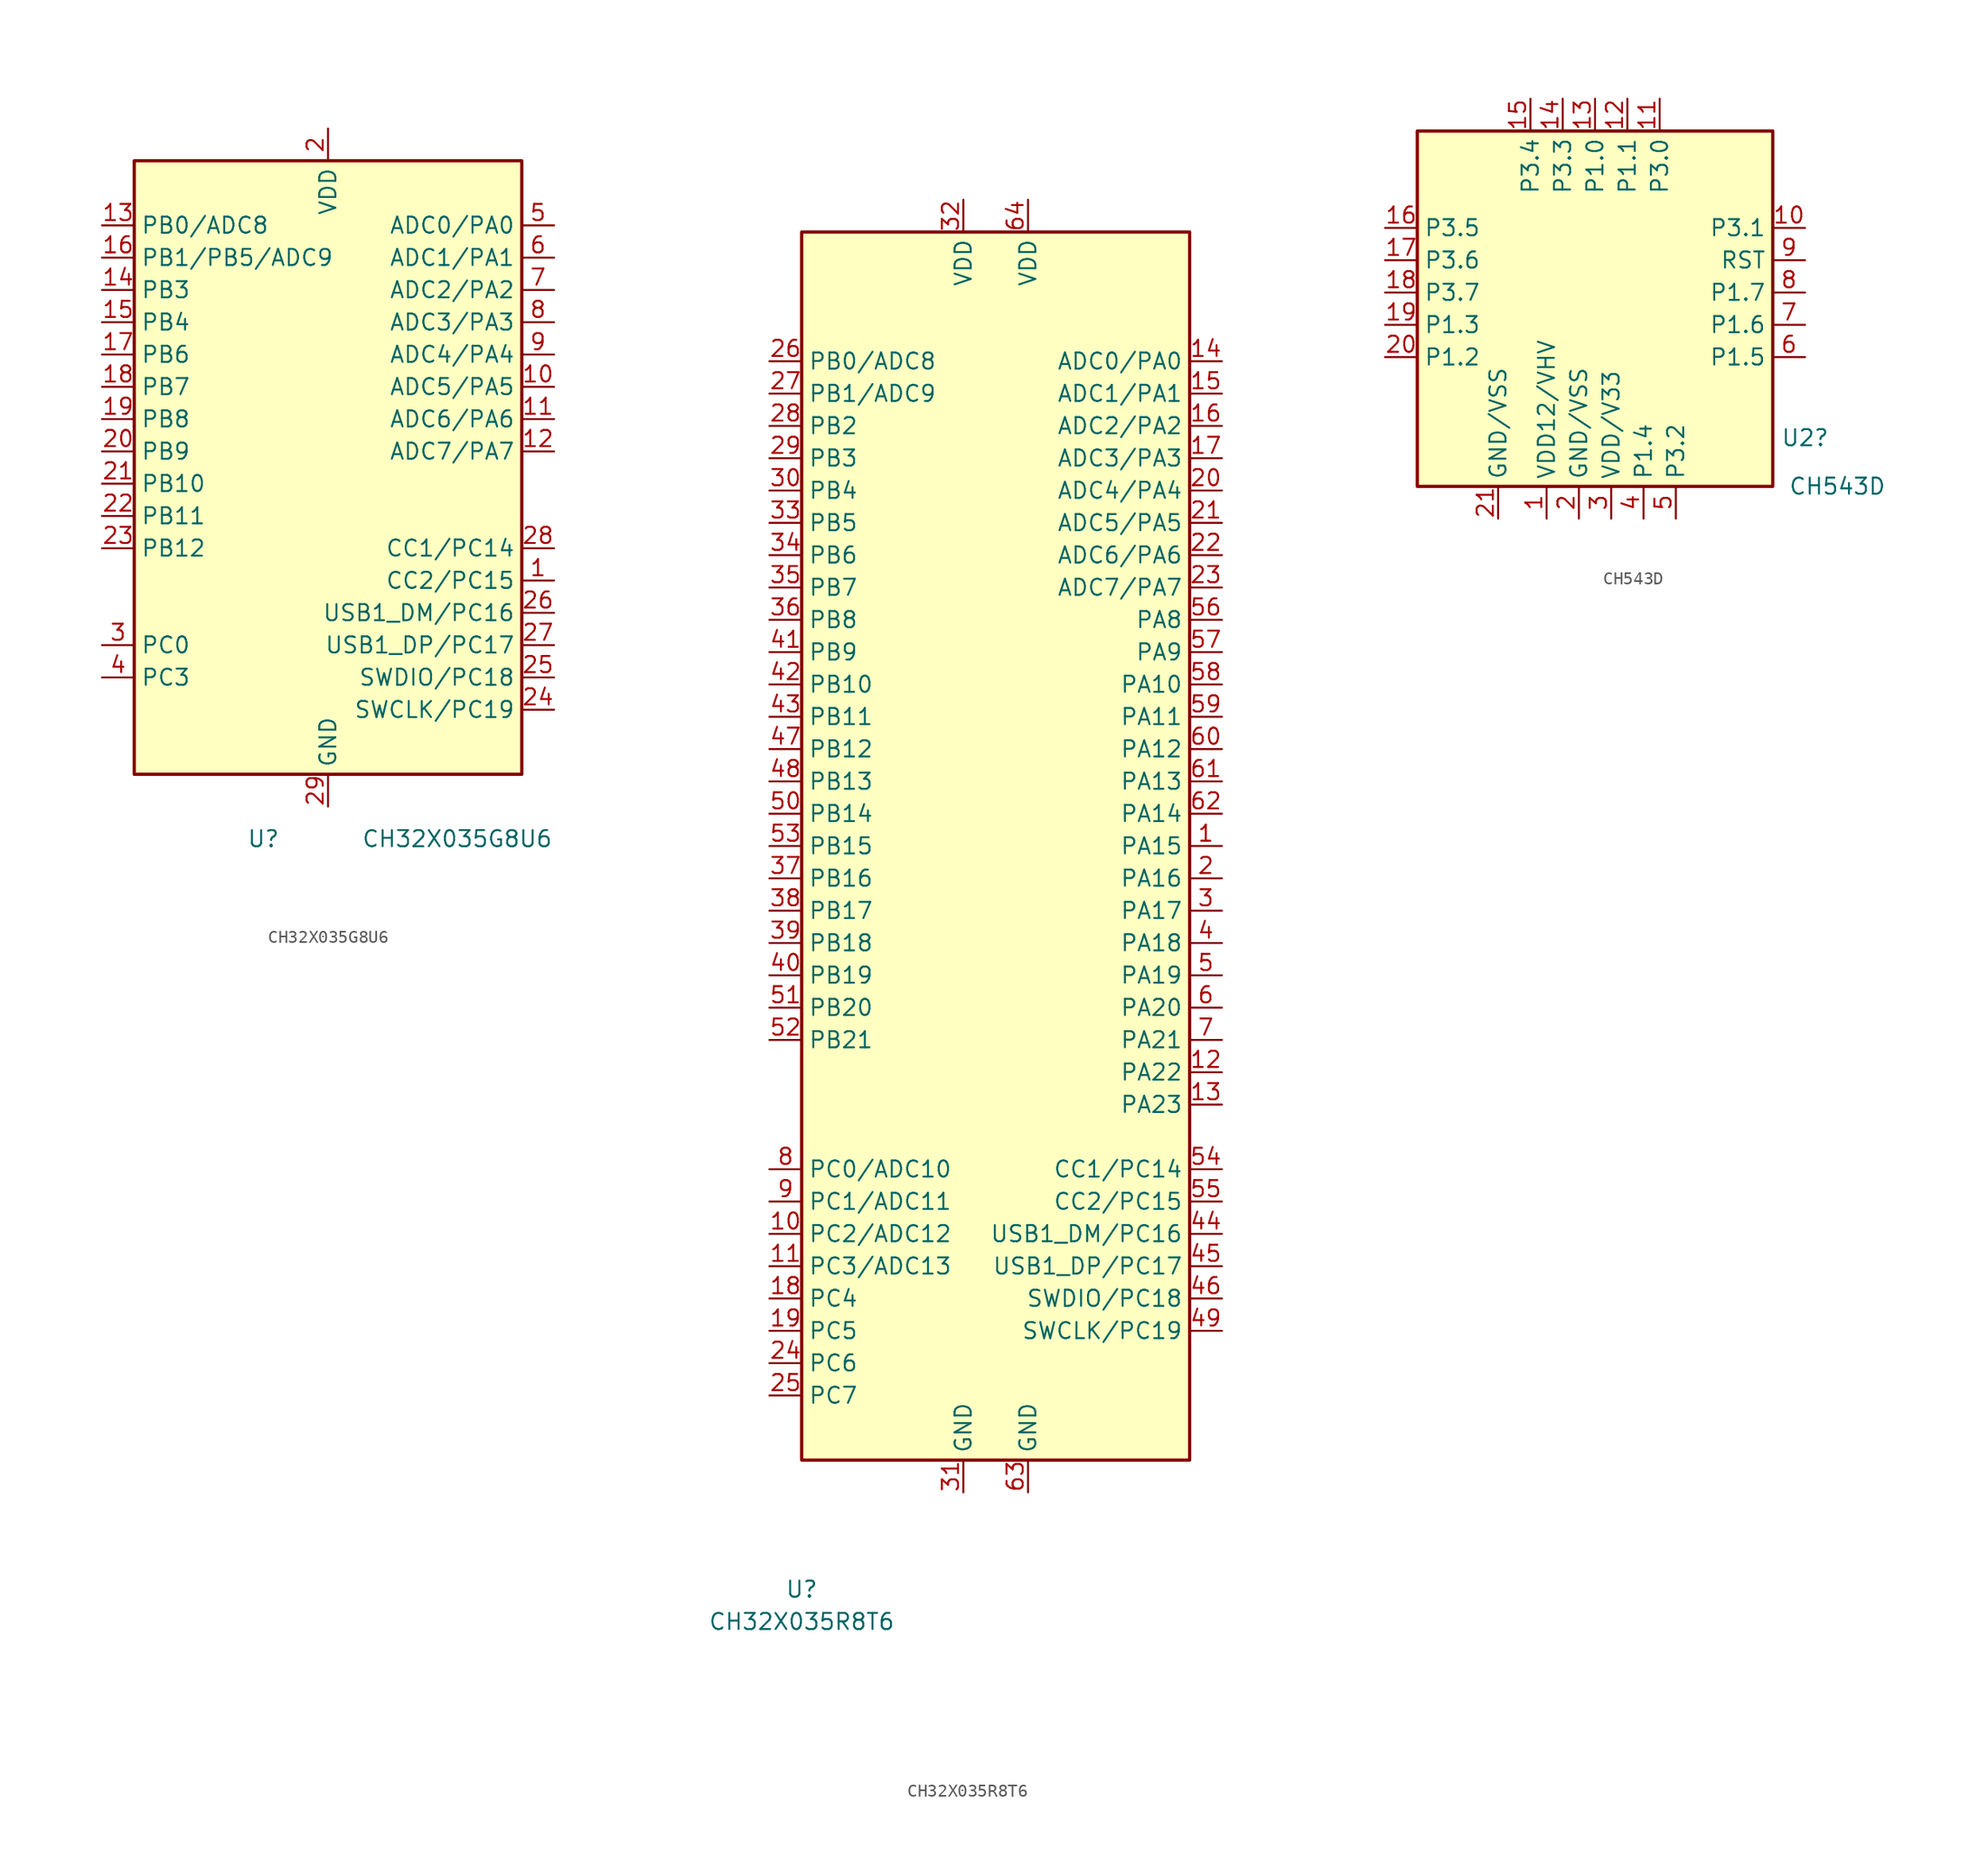
<source format=kicad_sym>
(kicad_symbol_lib
  (version 20220914)
  (generator kicad_symbol_editor)
  (symbol "CH32X035G8U6"
    (property "Reference" "U"
      (at -5.08 -30.48 0)
      (effects (font (size 1.27 1.27))))
    (property "Value" "CH32X035G8U6"
      (at 10.16 -30.48 0)
      (effects (font (size 1.27 1.27))))
    (symbol "CH32X035G8U6_0_1"
      (rectangle (start -15.24 22.86) (end 15.24 -25.4) (stroke (width 0.254) (type default)) (fill (type background))))
    (symbol "CH32X035G8U6_1_1"
      (pin bidirectional line (at 17.78 -10.16 180) (length 2.54) (name "CC2/PC15" (effects (font (size 1.27 1.27)))) (number "1" (effects (font (size 1.27 1.27)))))
      (pin bidirectional line (at 17.78 5.08 180) (length 2.54) (name "ADC5/PA5" (effects (font (size 1.27 1.27)))) (number "10" (effects (font (size 1.27 1.27)))))
      (pin bidirectional line (at 17.78 2.54 180) (length 2.54) (name "ADC6/PA6" (effects (font (size 1.27 1.27)))) (number "11" (effects (font (size 1.27 1.27)))))
      (pin bidirectional line (at 17.78 0 180) (length 2.54) (name "ADC7/PA7" (effects (font (size 1.27 1.27)))) (number "12" (effects (font (size 1.27 1.27)))))
      (pin bidirectional line (at -17.78 17.78 0) (length 2.54) (name "PB0/ADC8" (effects (font (size 1.27 1.27)))) (number "13" (effects (font (size 1.27 1.27)))))
      (pin bidirectional line (at -17.78 12.7 0) (length 2.54) (name "PB3" (effects (font (size 1.27 1.27)))) (number "14" (effects (font (size 1.27 1.27)))))
      (pin bidirectional line (at -17.78 10.16 0) (length 2.54) (name "PB4" (effects (font (size 1.27 1.27)))) (number "15" (effects (font (size 1.27 1.27)))))
      (pin bidirectional line (at -17.78 15.24 0) (length 2.54) (name "PB1/PB5/ADC9" (effects (font (size 1.27 1.27)))) (number "16" (effects (font (size 1.27 1.27)))))
      (pin bidirectional line (at -17.78 7.62 0) (length 2.54) (name "PB6" (effects (font (size 1.27 1.27)))) (number "17" (effects (font (size 1.27 1.27)))))
      (pin bidirectional line (at -17.78 5.08 0) (length 2.54) (name "PB7" (effects (font (size 1.27 1.27)))) (number "18" (effects (font (size 1.27 1.27)))))
      (pin bidirectional line (at -17.78 2.54 0) (length 2.54) (name "PB8" (effects (font (size 1.27 1.27)))) (number "19" (effects (font (size 1.27 1.27)))))
      (pin power_in line (at 0 25.4 270) (length 2.54) (name "VDD" (effects (font (size 1.27 1.27)))) (number "2" (effects (font (size 1.27 1.27)))))
      (pin bidirectional line (at -17.78 0 0) (length 2.54) (name "PB9" (effects (font (size 1.27 1.27)))) (number "20" (effects (font (size 1.27 1.27)))))
      (pin bidirectional line (at -17.78 -2.54 0) (length 2.54) (name "PB10" (effects (font (size 1.27 1.27)))) (number "21" (effects (font (size 1.27 1.27)))))
      (pin bidirectional line (at -17.78 -5.08 0) (length 2.54) (name "PB11" (effects (font (size 1.27 1.27)))) (number "22" (effects (font (size 1.27 1.27)))))
      (pin bidirectional line (at -17.78 -7.62 0) (length 2.54) (name "PB12" (effects (font (size 1.27 1.27)))) (number "23" (effects (font (size 1.27 1.27)))))
      (pin bidirectional line (at 17.78 -20.32 180) (length 2.54) (name "SWCLK/PC19" (effects (font (size 1.27 1.27)))) (number "24" (effects (font (size 1.27 1.27)))))
      (pin bidirectional line (at 17.78 -17.78 180) (length 2.54) (name "SWDIO/PC18" (effects (font (size 1.27 1.27)))) (number "25" (effects (font (size 1.27 1.27)))))
      (pin bidirectional line (at 17.78 -12.7 180) (length 2.54) (name "USB1_DM/PC16" (effects (font (size 1.27 1.27)))) (number "26" (effects (font (size 1.27 1.27)))))
      (pin bidirectional line (at 17.78 -15.24 180) (length 2.54) (name "USB1_DP/PC17" (effects (font (size 1.27 1.27)))) (number "27" (effects (font (size 1.27 1.27)))))
      (pin bidirectional line (at 17.78 -7.62 180) (length 2.54) (name "CC1/PC14" (effects (font (size 1.27 1.27)))) (number "28" (effects (font (size 1.27 1.27)))))
      (pin power_in line (at 0 -27.94 90) (length 2.54) (name "GND" (effects (font (size 1.27 1.27)))) (number "29" (effects (font (size 1.27 1.27)))))
      (pin bidirectional line (at -17.78 -15.24 0) (length 2.54) (name "PC0" (effects (font (size 1.27 1.27)))) (number "3" (effects (font (size 1.27 1.27)))))
      (pin bidirectional line (at -17.78 -17.78 0) (length 2.54) (name "PC3" (effects (font (size 1.27 1.27)))) (number "4" (effects (font (size 1.27 1.27)))))
      (pin bidirectional line (at 17.78 17.78 180) (length 2.54) (name "ADC0/PA0" (effects (font (size 1.27 1.27)))) (number "5" (effects (font (size 1.27 1.27)))))
      (pin bidirectional line (at 17.78 15.24 180) (length 2.54) (name "ADC1/PA1" (effects (font (size 1.27 1.27)))) (number "6" (effects (font (size 1.27 1.27)))))
      (pin bidirectional line (at 17.78 12.7 180) (length 2.54) (name "ADC2/PA2" (effects (font (size 1.27 1.27)))) (number "7" (effects (font (size 1.27 1.27)))))
      (pin bidirectional line (at 17.78 10.16 180) (length 2.54) (name "ADC3/PA3" (effects (font (size 1.27 1.27)))) (number "8" (effects (font (size 1.27 1.27)))))
      (pin bidirectional line (at 17.78 7.62 180) (length 2.54) (name "ADC4/PA4" (effects (font (size 1.27 1.27)))) (number "9" (effects (font (size 1.27 1.27)))))))
  (symbol "CH32X035R8T6"
    (property "Reference" "U"
      (at -15.24 -58.42 0)
      (effects (font (size 1.27 1.27))))
    (property "Value" "CH32X035R8T6"
      (at -15.24 -60.96 0)
      (effects (font (size 1.27 1.27))))
    (symbol "CH32X035R8T6_0_1"
      (rectangle (start -15.24 48.26) (end 15.24 -48.26) (stroke (width 0.254) (type default)) (fill (type background))))
    (symbol "CH32X035R8T6_1_1"
      (pin bidirectional line (at 17.78 0 180) (length 2.54) (name "PA15" (effects (font (size 1.27 1.27)))) (number "1" (effects (font (size 1.27 1.27)))))
      (pin bidirectional line (at -17.78 -30.48 0) (length 2.54) (name "PC2/ADC12" (effects (font (size 1.27 1.27)))) (number "10" (effects (font (size 1.27 1.27)))))
      (pin bidirectional line (at -17.78 -33.02 0) (length 2.54) (name "PC3/ADC13" (effects (font (size 1.27 1.27)))) (number "11" (effects (font (size 1.27 1.27)))))
      (pin bidirectional line (at 17.78 -17.78 180) (length 2.54) (name "PA22" (effects (font (size 1.27 1.27)))) (number "12" (effects (font (size 1.27 1.27)))))
      (pin bidirectional line (at 17.78 -20.32 180) (length 2.54) (name "PA23" (effects (font (size 1.27 1.27)))) (number "13" (effects (font (size 1.27 1.27)))))
      (pin bidirectional line (at 17.78 38.1 180) (length 2.54) (name "ADC0/PA0" (effects (font (size 1.27 1.27)))) (number "14" (effects (font (size 1.27 1.27)))))
      (pin bidirectional line (at 17.78 35.56 180) (length 2.54) (name "ADC1/PA1" (effects (font (size 1.27 1.27)))) (number "15" (effects (font (size 1.27 1.27)))))
      (pin bidirectional line (at 17.78 33.02 180) (length 2.54) (name "ADC2/PA2" (effects (font (size 1.27 1.27)))) (number "16" (effects (font (size 1.27 1.27)))))
      (pin bidirectional line (at 17.78 30.48 180) (length 2.54) (name "ADC3/PA3" (effects (font (size 1.27 1.27)))) (number "17" (effects (font (size 1.27 1.27)))))
      (pin bidirectional line (at -17.78 -35.56 0) (length 2.54) (name "PC4" (effects (font (size 1.27 1.27)))) (number "18" (effects (font (size 1.27 1.27)))))
      (pin bidirectional line (at -17.78 -38.1 0) (length 2.54) (name "PC5" (effects (font (size 1.27 1.27)))) (number "19" (effects (font (size 1.27 1.27)))))
      (pin bidirectional line (at 17.78 -2.54 180) (length 2.54) (name "PA16" (effects (font (size 1.27 1.27)))) (number "2" (effects (font (size 1.27 1.27)))))
      (pin bidirectional line (at 17.78 27.94 180) (length 2.54) (name "ADC4/PA4" (effects (font (size 1.27 1.27)))) (number "20" (effects (font (size 1.27 1.27)))))
      (pin bidirectional line (at 17.78 25.4 180) (length 2.54) (name "ADC5/PA5" (effects (font (size 1.27 1.27)))) (number "21" (effects (font (size 1.27 1.27)))))
      (pin bidirectional line (at 17.78 22.86 180) (length 2.54) (name "ADC6/PA6" (effects (font (size 1.27 1.27)))) (number "22" (effects (font (size 1.27 1.27)))))
      (pin bidirectional line (at 17.78 20.32 180) (length 2.54) (name "ADC7/PA7" (effects (font (size 1.27 1.27)))) (number "23" (effects (font (size 1.27 1.27)))))
      (pin bidirectional line (at -17.78 -40.64 0) (length 2.54) (name "PC6" (effects (font (size 1.27 1.27)))) (number "24" (effects (font (size 1.27 1.27)))))
      (pin bidirectional line (at -17.78 -43.18 0) (length 2.54) (name "PC7" (effects (font (size 1.27 1.27)))) (number "25" (effects (font (size 1.27 1.27)))))
      (pin bidirectional line (at -17.78 38.1 0) (length 2.54) (name "PB0/ADC8" (effects (font (size 1.27 1.27)))) (number "26" (effects (font (size 1.27 1.27)))))
      (pin bidirectional line (at -17.78 35.56 0) (length 2.54) (name "PB1/ADC9" (effects (font (size 1.27 1.27)))) (number "27" (effects (font (size 1.27 1.27)))))
      (pin bidirectional line (at -17.78 33.02 0) (length 2.54) (name "PB2" (effects (font (size 1.27 1.27)))) (number "28" (effects (font (size 1.27 1.27)))))
      (pin bidirectional line (at -17.78 30.48 0) (length 2.54) (name "PB3" (effects (font (size 1.27 1.27)))) (number "29" (effects (font (size 1.27 1.27)))))
      (pin bidirectional line (at 17.78 -5.08 180) (length 2.54) (name "PA17" (effects (font (size 1.27 1.27)))) (number "3" (effects (font (size 1.27 1.27)))))
      (pin bidirectional line (at -17.78 27.94 0) (length 2.54) (name "PB4" (effects (font (size 1.27 1.27)))) (number "30" (effects (font (size 1.27 1.27)))))
      (pin power_in line (at -2.54 -50.8 90) (length 2.54) (name "GND" (effects (font (size 1.27 1.27)))) (number "31" (effects (font (size 1.27 1.27)))))
      (pin power_in line (at -2.54 50.8 270) (length 2.54) (name "VDD" (effects (font (size 1.27 1.27)))) (number "32" (effects (font (size 1.27 1.27)))))
      (pin bidirectional line (at -17.78 25.4 0) (length 2.54) (name "PB5" (effects (font (size 1.27 1.27)))) (number "33" (effects (font (size 1.27 1.27)))))
      (pin bidirectional line (at -17.78 22.86 0) (length 2.54) (name "PB6" (effects (font (size 1.27 1.27)))) (number "34" (effects (font (size 1.27 1.27)))))
      (pin bidirectional line (at -17.78 20.32 0) (length 2.54) (name "PB7" (effects (font (size 1.27 1.27)))) (number "35" (effects (font (size 1.27 1.27)))))
      (pin bidirectional line (at -17.78 17.78 0) (length 2.54) (name "PB8" (effects (font (size 1.27 1.27)))) (number "36" (effects (font (size 1.27 1.27)))))
      (pin bidirectional line (at -17.78 -2.54 0) (length 2.54) (name "PB16" (effects (font (size 1.27 1.27)))) (number "37" (effects (font (size 1.27 1.27)))))
      (pin bidirectional line (at -17.78 -5.08 0) (length 2.54) (name "PB17" (effects (font (size 1.27 1.27)))) (number "38" (effects (font (size 1.27 1.27)))))
      (pin bidirectional line (at -17.78 -7.62 0) (length 2.54) (name "PB18" (effects (font (size 1.27 1.27)))) (number "39" (effects (font (size 1.27 1.27)))))
      (pin bidirectional line (at 17.78 -7.62 180) (length 2.54) (name "PA18" (effects (font (size 1.27 1.27)))) (number "4" (effects (font (size 1.27 1.27)))))
      (pin bidirectional line (at -17.78 -10.16 0) (length 2.54) (name "PB19" (effects (font (size 1.27 1.27)))) (number "40" (effects (font (size 1.27 1.27)))))
      (pin bidirectional line (at -17.78 15.24 0) (length 2.54) (name "PB9" (effects (font (size 1.27 1.27)))) (number "41" (effects (font (size 1.27 1.27)))))
      (pin bidirectional line (at -17.78 12.7 0) (length 2.54) (name "PB10" (effects (font (size 1.27 1.27)))) (number "42" (effects (font (size 1.27 1.27)))))
      (pin bidirectional line (at -17.78 10.16 0) (length 2.54) (name "PB11" (effects (font (size 1.27 1.27)))) (number "43" (effects (font (size 1.27 1.27)))))
      (pin bidirectional line (at 17.78 -30.48 180) (length 2.54) (name "USB1_DM/PC16" (effects (font (size 1.27 1.27)))) (number "44" (effects (font (size 1.27 1.27)))))
      (pin bidirectional line (at 17.78 -33.02 180) (length 2.54) (name "USB1_DP/PC17" (effects (font (size 1.27 1.27)))) (number "45" (effects (font (size 1.27 1.27)))))
      (pin bidirectional line (at 17.78 -35.56 180) (length 2.54) (name "SWDIO/PC18" (effects (font (size 1.27 1.27)))) (number "46" (effects (font (size 1.27 1.27)))))
      (pin bidirectional line (at -17.78 7.62 0) (length 2.54) (name "PB12" (effects (font (size 1.27 1.27)))) (number "47" (effects (font (size 1.27 1.27)))))
      (pin bidirectional line (at -17.78 5.08 0) (length 2.54) (name "PB13" (effects (font (size 1.27 1.27)))) (number "48" (effects (font (size 1.27 1.27)))))
      (pin bidirectional line (at 17.78 -38.1 180) (length 2.54) (name "SWCLK/PC19" (effects (font (size 1.27 1.27)))) (number "49" (effects (font (size 1.27 1.27)))))
      (pin bidirectional line (at 17.78 -10.16 180) (length 2.54) (name "PA19" (effects (font (size 1.27 1.27)))) (number "5" (effects (font (size 1.27 1.27)))))
      (pin bidirectional line (at -17.78 2.54 0) (length 2.54) (name "PB14" (effects (font (size 1.27 1.27)))) (number "50" (effects (font (size 1.27 1.27)))))
      (pin bidirectional line (at -17.78 -12.7 0) (length 2.54) (name "PB20" (effects (font (size 1.27 1.27)))) (number "51" (effects (font (size 1.27 1.27)))))
      (pin bidirectional line (at -17.78 -15.24 0) (length 2.54) (name "PB21" (effects (font (size 1.27 1.27)))) (number "52" (effects (font (size 1.27 1.27)))))
      (pin bidirectional line (at -17.78 0 0) (length 2.54) (name "PB15" (effects (font (size 1.27 1.27)))) (number "53" (effects (font (size 1.27 1.27)))))
      (pin bidirectional line (at 17.78 -25.4 180) (length 2.54) (name "CC1/PC14" (effects (font (size 1.27 1.27)))) (number "54" (effects (font (size 1.27 1.27)))))
      (pin bidirectional line (at 17.78 -27.94 180) (length 2.54) (name "CC2/PC15" (effects (font (size 1.27 1.27)))) (number "55" (effects (font (size 1.27 1.27)))))
      (pin bidirectional line (at 17.78 17.78 180) (length 2.54) (name "PA8" (effects (font (size 1.27 1.27)))) (number "56" (effects (font (size 1.27 1.27)))))
      (pin bidirectional line (at 17.78 15.24 180) (length 2.54) (name "PA9" (effects (font (size 1.27 1.27)))) (number "57" (effects (font (size 1.27 1.27)))))
      (pin bidirectional line (at 17.78 12.7 180) (length 2.54) (name "PA10" (effects (font (size 1.27 1.27)))) (number "58" (effects (font (size 1.27 1.27)))))
      (pin bidirectional line (at 17.78 10.16 180) (length 2.54) (name "PA11" (effects (font (size 1.27 1.27)))) (number "59" (effects (font (size 1.27 1.27)))))
      (pin bidirectional line (at 17.78 -12.7 180) (length 2.54) (name "PA20" (effects (font (size 1.27 1.27)))) (number "6" (effects (font (size 1.27 1.27)))))
      (pin bidirectional line (at 17.78 7.62 180) (length 2.54) (name "PA12" (effects (font (size 1.27 1.27)))) (number "60" (effects (font (size 1.27 1.27)))))
      (pin bidirectional line (at 17.78 5.08 180) (length 2.54) (name "PA13" (effects (font (size 1.27 1.27)))) (number "61" (effects (font (size 1.27 1.27)))))
      (pin bidirectional line (at 17.78 2.54 180) (length 2.54) (name "PA14" (effects (font (size 1.27 1.27)))) (number "62" (effects (font (size 1.27 1.27)))))
      (pin power_in line (at 2.54 -50.8 90) (length 2.54) (name "GND" (effects (font (size 1.27 1.27)))) (number "63" (effects (font (size 1.27 1.27)))))
      (pin power_in line (at 2.54 50.8 270) (length 2.54) (name "VDD" (effects (font (size 1.27 1.27)))) (number "64" (effects (font (size 1.27 1.27)))))
      (pin bidirectional line (at 17.78 -15.24 180) (length 2.54) (name "PA21" (effects (font (size 1.27 1.27)))) (number "7" (effects (font (size 1.27 1.27)))))
      (pin bidirectional line (at -17.78 -25.4 0) (length 2.54) (name "PC0/ADC10" (effects (font (size 1.27 1.27)))) (number "8" (effects (font (size 1.27 1.27)))))
      (pin bidirectional line (at -17.78 -27.94 0) (length 2.54) (name "PC1/ADC11" (effects (font (size 1.27 1.27)))) (number "9" (effects (font (size 1.27 1.27)))))))
  (symbol "CH543D"
    (property "Reference" "U2"
      (at 16.51 -10.16 0)
      (effects (font (size 1.27 1.27))))
    (property "Value" "CH543D"
      (at 19.05 -13.97 0)
      (effects (font (size 1.27 1.27))))
    (symbol "CH543D_0_1"
      (rectangle (start -13.97 13.97) (end 13.97 -13.97) (stroke (width 0.254) (type default)) (fill (type background))))
    (symbol "CH543D_1_1"
      (pin power_in line (at -3.81 -16.51 90) (length 2.54) (name "VDD12/VHV" (effects (font (size 1.27 1.27)))) (number "1" (effects (font (size 1.27 1.27)))))
      (pin bidirectional line (at 16.51 6.35 180) (length 2.54) (name "P3.1" (effects (font (size 1.27 1.27)))) (number "10" (effects (font (size 1.27 1.27)))))
      (pin bidirectional line (at 5.08 16.51 270) (length 2.54) (name "P3.0" (effects (font (size 1.27 1.27)))) (number "11" (effects (font (size 1.27 1.27)))))
      (pin bidirectional line (at 2.54 16.51 270) (length 2.54) (name "P1.1" (effects (font (size 1.27 1.27)))) (number "12" (effects (font (size 1.27 1.27)))))
      (pin bidirectional line (at 0 16.51 270) (length 2.54) (name "P1.0" (effects (font (size 1.27 1.27)))) (number "13" (effects (font (size 1.27 1.27)))))
      (pin bidirectional line (at -2.54 16.51 270) (length 2.54) (name "P3.3" (effects (font (size 1.27 1.27)))) (number "14" (effects (font (size 1.27 1.27)))))
      (pin bidirectional line (at -5.08 16.51 270) (length 2.54) (name "P3.4" (effects (font (size 1.27 1.27)))) (number "15" (effects (font (size 1.27 1.27)))))
      (pin bidirectional line (at -16.51 6.35 0) (length 2.54) (name "P3.5" (effects (font (size 1.27 1.27)))) (number "16" (effects (font (size 1.27 1.27)))))
      (pin bidirectional line (at -16.51 3.81 0) (length 2.54) (name "P3.6" (effects (font (size 1.27 1.27)))) (number "17" (effects (font (size 1.27 1.27)))))
      (pin bidirectional line (at -16.51 1.27 0) (length 2.54) (name "P3.7" (effects (font (size 1.27 1.27)))) (number "18" (effects (font (size 1.27 1.27)))))
      (pin bidirectional line (at -16.51 -1.27 0) (length 2.54) (name "P1.3" (effects (font (size 1.27 1.27)))) (number "19" (effects (font (size 1.27 1.27)))))
      (pin power_in line (at -1.27 -16.51 90) (length 2.54) (name "GND/VSS" (effects (font (size 1.27 1.27)))) (number "2" (effects (font (size 1.27 1.27)))))
      (pin bidirectional line (at -16.51 -3.81 0) (length 2.54) (name "P1.2" (effects (font (size 1.27 1.27)))) (number "20" (effects (font (size 1.27 1.27)))))
      (pin power_in line (at -7.62 -16.51 90) (length 2.54) (name "GND/VSS" (effects (font (size 1.27 1.27)))) (number "21" (effects (font (size 1.27 1.27)))))
      (pin passive line (at 1.27 -16.51 90) (length 2.54) (name "VDD/V33" (effects (font (size 1.27 1.27)))) (number "3" (effects (font (size 1.27 1.27)))))
      (pin bidirectional line (at 3.81 -16.51 90) (length 2.54) (name "P1.4" (effects (font (size 1.27 1.27)))) (number "4" (effects (font (size 1.27 1.27)))))
      (pin bidirectional line (at 6.35 -16.51 90) (length 2.54) (name "P3.2" (effects (font (size 1.27 1.27)))) (number "5" (effects (font (size 1.27 1.27)))))
      (pin bidirectional line (at 16.51 -3.81 180) (length 2.54) (name "P1.5" (effects (font (size 1.27 1.27)))) (number "6" (effects (font (size 1.27 1.27)))))
      (pin bidirectional line (at 16.51 -1.27 180) (length 2.54) (name "P1.6" (effects (font (size 1.27 1.27)))) (number "7" (effects (font (size 1.27 1.27)))))
      (pin bidirectional line (at 16.51 1.27 180) (length 2.54) (name "P1.7" (effects (font (size 1.27 1.27)))) (number "8" (effects (font (size 1.27 1.27)))))
      (pin input line (at 16.51 3.81 180) (length 2.54) (name "RST" (effects (font (size 1.27 1.27)))) (number "9" (effects (font (size 1.27 1.27))))))))
</source>
